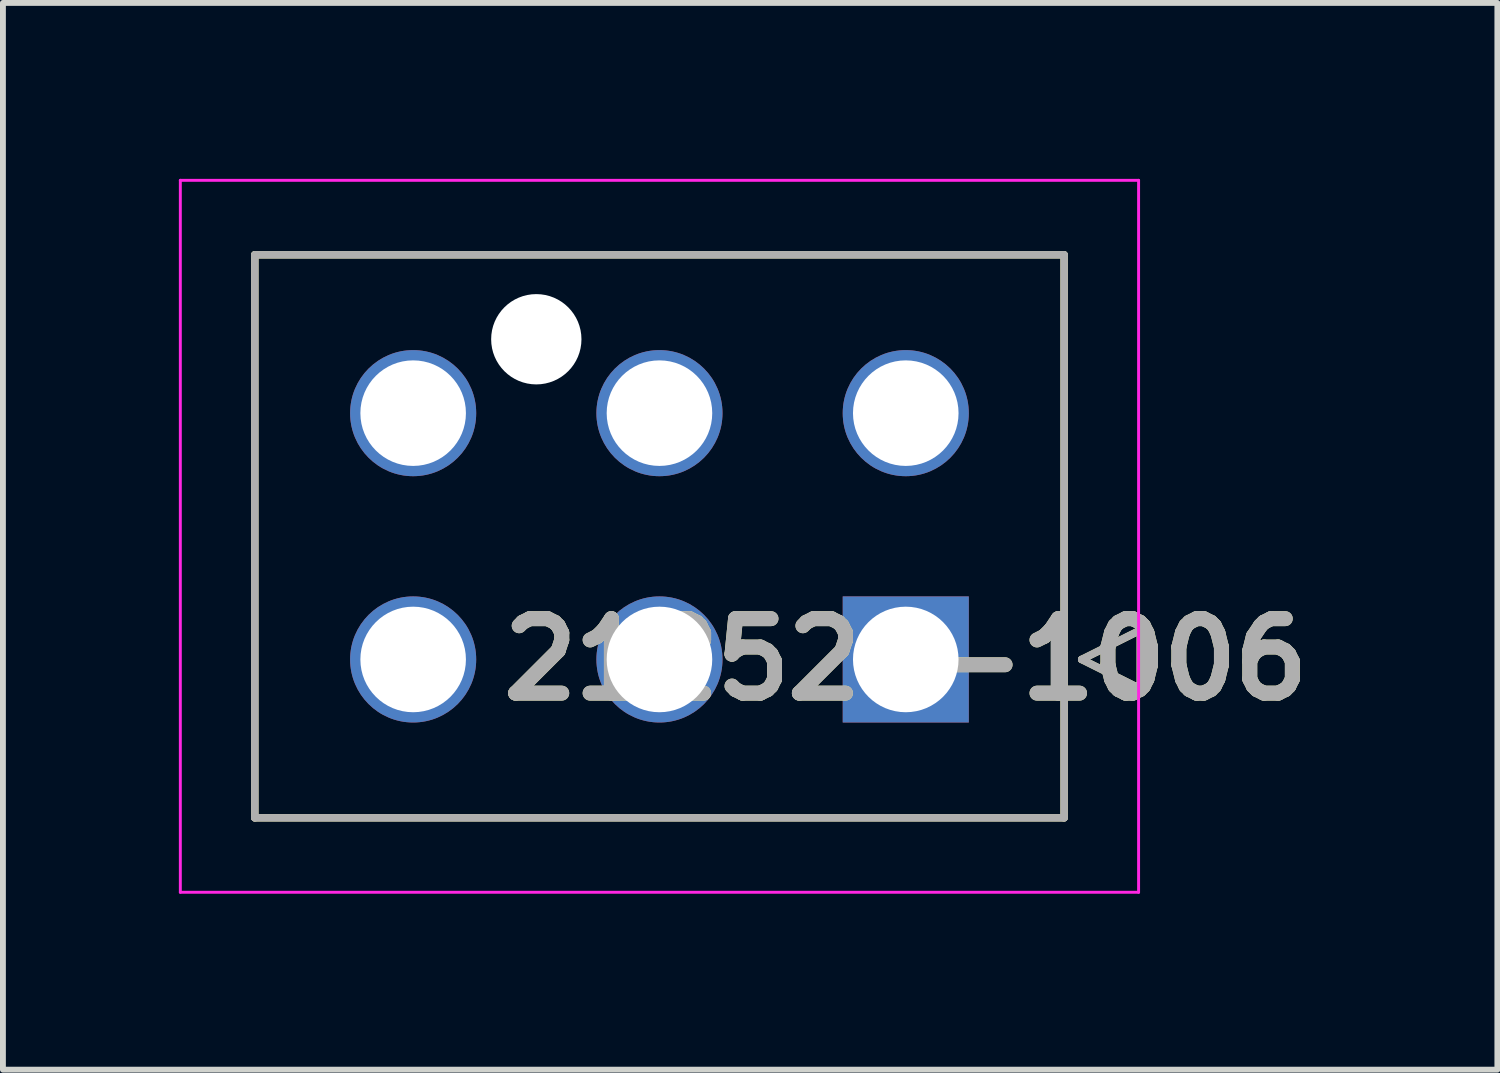
<source format=kicad_pcb>
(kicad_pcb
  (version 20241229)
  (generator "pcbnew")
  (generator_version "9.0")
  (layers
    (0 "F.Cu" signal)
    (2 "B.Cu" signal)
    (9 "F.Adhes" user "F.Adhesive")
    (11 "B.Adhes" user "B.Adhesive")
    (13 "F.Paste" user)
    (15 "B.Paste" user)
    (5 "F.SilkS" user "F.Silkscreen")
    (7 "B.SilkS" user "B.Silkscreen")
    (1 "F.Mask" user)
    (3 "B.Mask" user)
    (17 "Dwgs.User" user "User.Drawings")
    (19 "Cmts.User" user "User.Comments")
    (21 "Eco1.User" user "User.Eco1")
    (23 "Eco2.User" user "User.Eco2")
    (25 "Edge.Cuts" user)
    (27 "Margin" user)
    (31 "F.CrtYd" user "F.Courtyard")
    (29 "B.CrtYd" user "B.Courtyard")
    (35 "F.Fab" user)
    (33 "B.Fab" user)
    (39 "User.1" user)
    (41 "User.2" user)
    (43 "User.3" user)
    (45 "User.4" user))
  (footprint "212520-1006"
    (layer "F.Cu")
    (at 12.395 8.195)
    (property "Reference" "212520-1006" (at 0 0 0) (layer "F.SilkS") (effects (font (size 1.27 1.27) (thickness 0.254))))
    (attr through_hole)
    (fp_line (start -11.1 -6.9) (end 2.7 -6.9) (stroke (width 0.127) (type solid)) (layer "F.SilkS"))
    (fp_line (start -11.1 2.7) (end -11.1 -6.9) (stroke (width 0.127) (type solid)) (layer "F.SilkS"))
    (fp_line (start 2.7 -6.9) (end 2.7 2.7) (stroke (width 0.127) (type solid)) (layer "F.SilkS"))
    (fp_line (start 2.7 2.7) (end -11.1 2.7) (stroke (width 0.127) (type solid)) (layer "F.SilkS"))
    (fp_line (start 3 0) (end 4 -0.5) (stroke (width 0.127) (type solid)) (layer "F.SilkS"))
    (fp_line (start 4 -0.5) (end 4 0.5) (stroke (width 0.127) (type solid)) (layer "F.SilkS"))
    (fp_line (start 4 0.5) (end 3 0) (stroke (width 0.127) (type solid)) (layer "F.SilkS"))
    (fp_line (start -12.37 -8.17) (end 3.97 -8.17) (stroke (width 0.05) (type solid)) (layer "F.CrtYd"))
    (fp_line (start -12.37 3.97) (end -12.37 -8.17) (stroke (width 0.05) (type solid)) (layer "F.CrtYd"))
    (fp_line (start 3.97 -8.17) (end 3.97 3.97) (stroke (width 0.05) (type solid)) (layer "F.CrtYd"))
    (fp_line (start 3.97 3.97) (end -12.37 3.97) (stroke (width 0.05) (type solid)) (layer "F.CrtYd"))
    (fp_line (start -11.1 -6.9) (end 2.7 -6.9) (stroke (width 0.127) (type solid)) (layer "F.Fab"))
    (fp_line (start -11.1 2.7) (end -11.1 -6.9) (stroke (width 0.127) (type solid)) (layer "F.Fab"))
    (fp_line (start 2.7 -6.9) (end 2.7 2.7) (stroke (width 0.127) (type solid)) (layer "F.Fab"))
    (fp_line (start 2.7 2.7) (end -11.1 2.7) (stroke (width 0.127) (type solid)) (layer "F.Fab"))
    (fp_line (start 3 0) (end 4 -0.5) (stroke (width 0.127) (type solid)) (layer "F.Fab"))
    (fp_line (start 4 -0.5) (end 4 0.5) (stroke (width 0.127) (type solid)) (layer "F.Fab"))
    (fp_line (start 4 0.5) (end 3 0) (stroke (width 0.127) (type solid)) (layer "F.Fab"))
    (fp_text user "${REFERENCE}" (at 0 0 0) (layer "F.Fab") (effects (font (size 1.27 1.27) (thickness 0.254))))
    (pad "" np_thru_hole circle (at -6.3 -5.46) (size 1.54 1.54) (drill 1.54) (layers "*.Cu" "*.Mask"))
    (pad "1" thru_hole rect (at 0 0) (size 2.15 2.15) (drill 1.8) (layers "*.Cu" "*.Mask"))
    (pad "2" thru_hole circle (at -4.2 0) (size 2.15 2.15) (drill 1.8) (layers "*.Cu" "*.Mask"))
    (pad "3" thru_hole circle (at -8.4 0) (size 2.15 2.15) (drill 1.8) (layers "*.Cu" "*.Mask"))
    (pad "4" thru_hole circle (at 0 -4.2) (size 2.15 2.15) (drill 1.8) (layers "*.Cu" "*.Mask"))
    (pad "5" thru_hole circle (at -4.2 -4.2) (size 2.15 2.15) (drill 1.8) (layers "*.Cu" "*.Mask"))
    (pad "6" thru_hole circle (at -8.4 -4.2) (size 2.15 2.15) (drill 1.8) (layers "*.Cu" "*.Mask")))
  (gr_rect
    (start -3 -3)
    (end 22.483 15.19)
    (stroke (width 0.1) (type default))
    (fill no)
    (layer "Edge.Cuts")))
</source>
